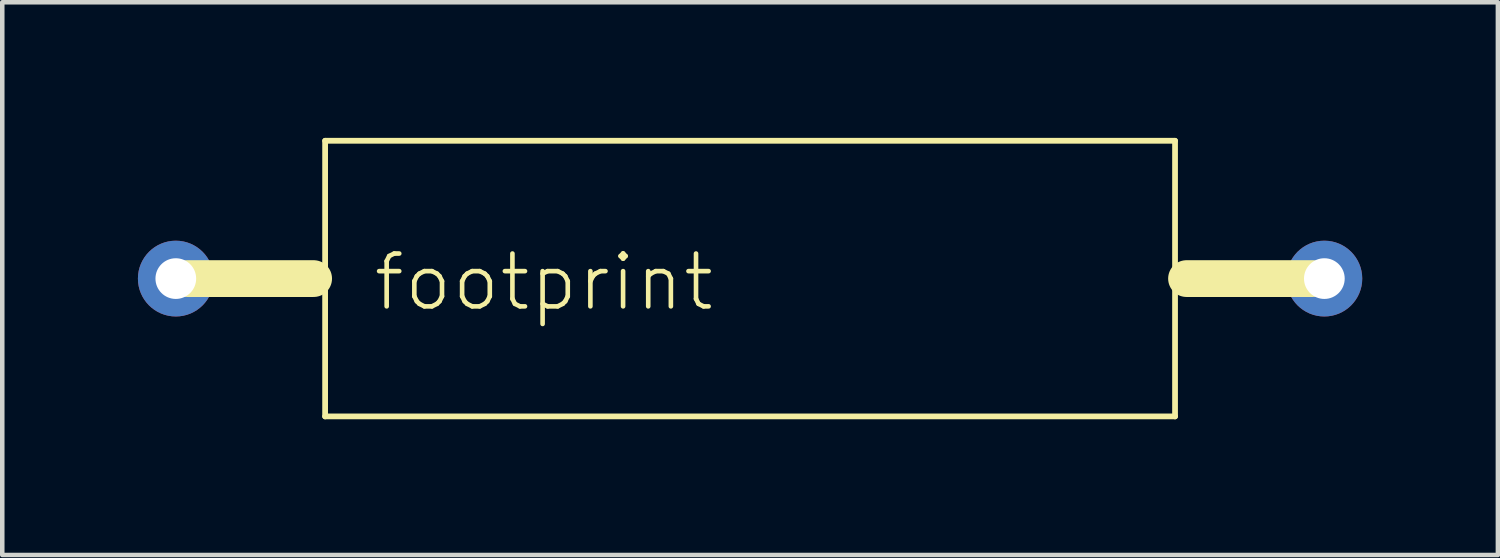
<source format=kicad_pcb>
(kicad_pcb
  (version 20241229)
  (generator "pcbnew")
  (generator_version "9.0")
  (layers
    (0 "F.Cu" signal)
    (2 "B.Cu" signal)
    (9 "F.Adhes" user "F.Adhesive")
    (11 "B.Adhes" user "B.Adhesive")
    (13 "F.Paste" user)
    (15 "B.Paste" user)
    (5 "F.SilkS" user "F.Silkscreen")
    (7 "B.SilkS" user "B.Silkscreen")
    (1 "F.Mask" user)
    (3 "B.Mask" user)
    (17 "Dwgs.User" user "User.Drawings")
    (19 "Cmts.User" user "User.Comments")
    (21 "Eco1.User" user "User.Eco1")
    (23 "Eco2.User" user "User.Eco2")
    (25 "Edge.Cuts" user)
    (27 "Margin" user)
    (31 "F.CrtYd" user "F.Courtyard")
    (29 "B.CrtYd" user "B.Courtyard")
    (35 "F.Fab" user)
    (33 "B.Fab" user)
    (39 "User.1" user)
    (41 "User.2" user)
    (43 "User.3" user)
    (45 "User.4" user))
  (footprint "footprint"
    (layer "F.Cu")
    (at 13.538 3.111)
    (property "Reference" "footprint" (at -8.382 0.762 0) (layer "F.SilkS") (effects (font (size 1.168 1.168) (thickness 0.102)) (justify left bottom)))
    (fp_line (start -12.446 0) (end -9.652 0) (stroke (width 0.813) (type solid)) (layer "F.SilkS"))
    (fp_line (start -9.398 -3.048) (end 9.398 -3.048) (stroke (width 0.127) (type solid)) (layer "F.SilkS"))
    (fp_line (start -9.398 3.048) (end -9.398 -3.048) (stroke (width 0.127) (type solid)) (layer "F.SilkS"))
    (fp_line (start 9.398 -3.048) (end 9.398 3.048) (stroke (width 0.127) (type solid)) (layer "F.SilkS"))
    (fp_line (start 9.398 3.048) (end -9.398 3.048) (stroke (width 0.127) (type solid)) (layer "F.SilkS"))
    (fp_line (start 12.446 0) (end 9.652 0) (stroke (width 0.813) (type solid)) (layer "F.SilkS"))
    (pad "P$1" thru_hole circle (at -12.7 0) (size 1.676 1.676) (drill 0.9) (layers "*.Cu" "*.Mask"))
    (pad "P$2" thru_hole circle (at 12.7 0) (size 1.676 1.676) (drill 0.9) (layers "*.Cu" "*.Mask")))
  (gr_rect
    (start -3 -3)
    (end 30.076 9.223)
    (stroke (width 0.1) (type default))
    (fill no)
    (layer "Edge.Cuts")))
</source>
